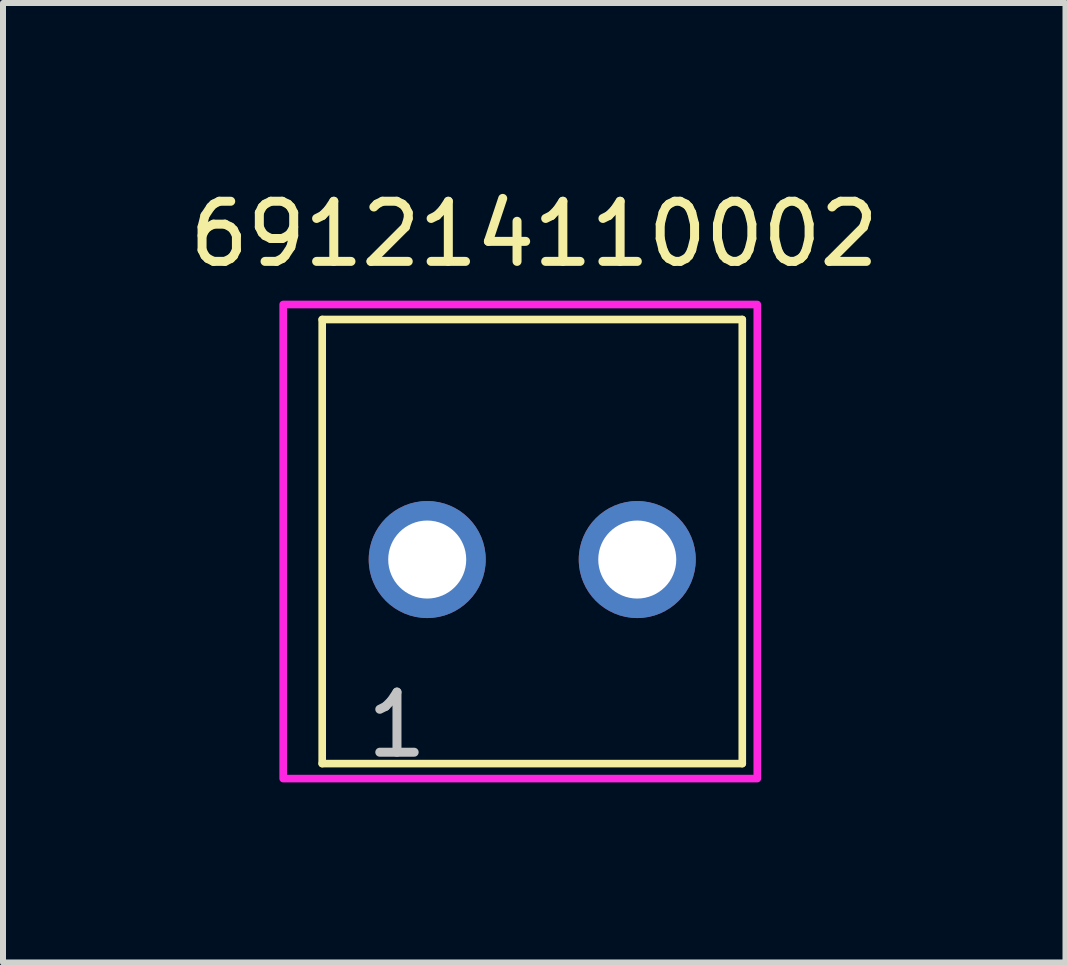
<source format=kicad_pcb>
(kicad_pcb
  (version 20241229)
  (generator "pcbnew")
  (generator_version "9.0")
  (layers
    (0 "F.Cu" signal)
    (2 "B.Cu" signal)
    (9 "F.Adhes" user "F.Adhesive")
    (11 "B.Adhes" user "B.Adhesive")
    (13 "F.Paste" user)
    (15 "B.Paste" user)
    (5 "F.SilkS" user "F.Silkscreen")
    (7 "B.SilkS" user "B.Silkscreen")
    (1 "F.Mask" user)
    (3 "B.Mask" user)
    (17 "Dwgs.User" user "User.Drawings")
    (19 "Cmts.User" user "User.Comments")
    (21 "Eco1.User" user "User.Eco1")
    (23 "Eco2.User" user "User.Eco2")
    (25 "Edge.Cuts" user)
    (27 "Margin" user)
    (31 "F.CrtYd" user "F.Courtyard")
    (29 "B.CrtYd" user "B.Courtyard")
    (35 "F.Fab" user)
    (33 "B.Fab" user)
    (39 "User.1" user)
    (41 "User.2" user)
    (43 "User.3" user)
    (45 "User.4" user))
  (footprint "691214110002"
    (layer "F.Cu")
    (at 5.819 6.274)
    (property "Reference" "691214110002" (at 0.033 -5.424 0) (layer "F.SilkS") (effects (font (size 1.002 1.002) (thickness 0.15))))
    (attr through_hole)
    (fp_line (start -3.5 -4) (end -3.5 3.4) (stroke (width 0.127) (type solid)) (layer "F.SilkS"))
    (fp_line (start -3.5 3.4) (end 3.5 3.4) (stroke (width 0.127) (type solid)) (layer "F.SilkS"))
    (fp_line (start 3.5 -4) (end -3.5 -4) (stroke (width 0.127) (type solid)) (layer "F.SilkS"))
    (fp_line (start 3.5 3.4) (end 3.5 -4) (stroke (width 0.127) (type solid)) (layer "F.SilkS"))
    (fp_poly (pts (xy -4.15 -4.25) (xy 3.75 -4.25) (xy 3.75 3.65) (xy -4.15 3.65)) (stroke (width 0.127) (type solid)) (fill no) (layer "F.CrtYd"))
    (fp_text user "1" (at -2.254 2.755 0) (layer "Dwgs.User") (effects (font (size 1.002 1.002) (thickness 0.15))))
    (pad "1" thru_hole circle (at -1.75 0) (size 1.95 1.95) (drill 1.3) (layers "*.Cu" "*.Mask"))
    (pad "2" thru_hole circle (at 1.75 0) (size 1.95 1.95) (drill 1.3) (layers "*.Cu" "*.Mask")))
  (gr_rect
    (start -3 -3)
    (end 14.705 12.988)
    (stroke (width 0.1) (type default))
    (fill no)
    (layer "Edge.Cuts")))
</source>
